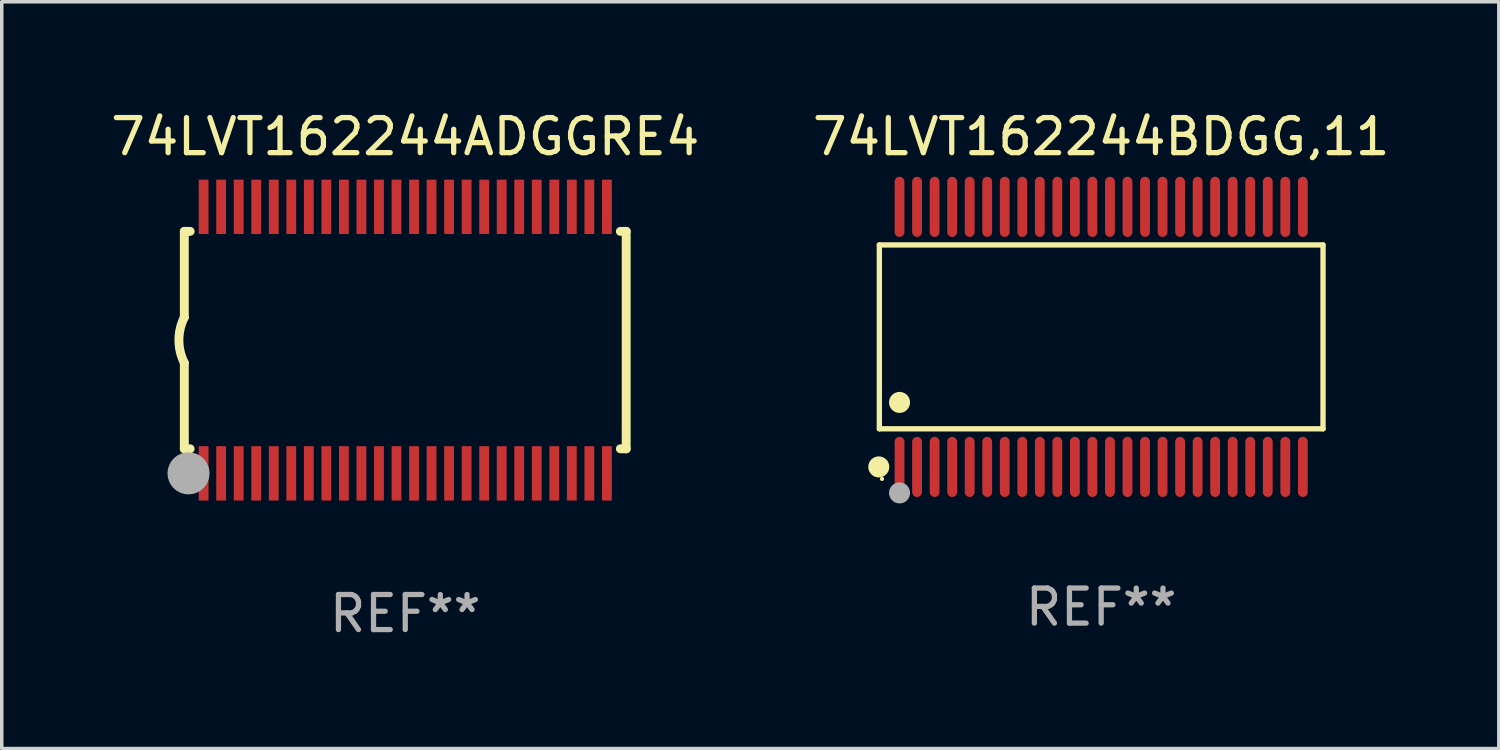
<source format=kicad_pcb>
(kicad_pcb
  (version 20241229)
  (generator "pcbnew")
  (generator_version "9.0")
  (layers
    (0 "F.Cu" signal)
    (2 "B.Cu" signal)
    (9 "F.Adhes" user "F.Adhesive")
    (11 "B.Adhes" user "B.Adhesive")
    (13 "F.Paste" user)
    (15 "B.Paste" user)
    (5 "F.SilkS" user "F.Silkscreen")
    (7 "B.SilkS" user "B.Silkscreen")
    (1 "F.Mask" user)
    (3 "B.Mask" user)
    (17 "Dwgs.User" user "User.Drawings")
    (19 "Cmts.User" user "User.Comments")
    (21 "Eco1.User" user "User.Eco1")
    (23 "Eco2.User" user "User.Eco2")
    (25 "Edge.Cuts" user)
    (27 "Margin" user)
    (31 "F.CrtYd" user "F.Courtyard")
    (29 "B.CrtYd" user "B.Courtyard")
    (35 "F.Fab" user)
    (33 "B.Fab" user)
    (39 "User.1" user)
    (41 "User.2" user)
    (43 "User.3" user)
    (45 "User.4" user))
  (footprint "74LVT162244BDGG,11"
    (layer "F.Cu")
    (at 28.351 6.556)
    (property "Reference" "74LVT162244BDGG,11" (at 0 -5.708 0) (layer "F.SilkS") (effects (font (size 1 1) (thickness 0.15))))
    (attr through_hole)
    (fp_line (start -6.326 -2.622) (end 6.326 -2.622) (stroke (width 0.152) (type solid)) (layer "F.SilkS"))
    (fp_line (start -6.326 2.621) (end -6.326 -2.622) (stroke (width 0.152) (type solid)) (layer "F.SilkS"))
    (fp_line (start 6.326 -2.622) (end 6.326 2.621) (stroke (width 0.152) (type solid)) (layer "F.SilkS"))
    (fp_line (start 6.326 2.621) (end -6.326 2.621) (stroke (width 0.152) (type solid)) (layer "F.SilkS"))
    (fp_circle (center -6.342 3.708) (end -6.192 3.708) (stroke (width 0.3) (type solid)) (fill no) (layer "F.SilkS"))
    (fp_circle (center -6.25 4.05) (end -6.22 4.05) (stroke (width 0.06) (type solid)) (fill no) (layer "F.SilkS"))
    (fp_circle (center -5.75 1.869) (end -5.6 1.869) (stroke (width 0.3) (type solid)) (fill no) (layer "F.SilkS"))
    (fp_circle (center -5.75 4.45) (end -5.6 4.45) (stroke (width 0.3) (type solid)) (fill no) (layer "F.Fab"))
    (fp_text user "REF**" (at 0 7.708 0) (layer "F.Fab") (effects (font (size 1 1) (thickness 0.15))))
    (pad "1" smd oval (at -5.75 3.708) (size 0.28 1.715) (layers "F.Cu" "F.Mask" "F.Paste"))
    (pad "2" smd oval (at -5.25 3.708) (size 0.28 1.715) (layers "F.Cu" "F.Mask" "F.Paste"))
    (pad "3" smd oval (at -4.75 3.708) (size 0.28 1.715) (layers "F.Cu" "F.Mask" "F.Paste"))
    (pad "4" smd oval (at -4.25 3.708) (size 0.28 1.715) (layers "F.Cu" "F.Mask" "F.Paste"))
    (pad "5" smd oval (at -3.75 3.708) (size 0.28 1.715) (layers "F.Cu" "F.Mask" "F.Paste"))
    (pad "6" smd oval (at -3.25 3.708) (size 0.28 1.715) (layers "F.Cu" "F.Mask" "F.Paste"))
    (pad "7" smd oval (at -2.75 3.708) (size 0.28 1.715) (layers "F.Cu" "F.Mask" "F.Paste"))
    (pad "8" smd oval (at -2.25 3.708) (size 0.28 1.715) (layers "F.Cu" "F.Mask" "F.Paste"))
    (pad "9" smd oval (at -1.75 3.708) (size 0.28 1.715) (layers "F.Cu" "F.Mask" "F.Paste"))
    (pad "10" smd oval (at -1.25 3.708) (size 0.28 1.715) (layers "F.Cu" "F.Mask" "F.Paste"))
    (pad "11" smd oval (at -0.75 3.708) (size 0.28 1.715) (layers "F.Cu" "F.Mask" "F.Paste"))
    (pad "12" smd oval (at -0.25 3.708) (size 0.28 1.715) (layers "F.Cu" "F.Mask" "F.Paste"))
    (pad "13" smd oval (at 0.25 3.708) (size 0.28 1.715) (layers "F.Cu" "F.Mask" "F.Paste"))
    (pad "14" smd oval (at 0.75 3.708) (size 0.28 1.715) (layers "F.Cu" "F.Mask" "F.Paste"))
    (pad "15" smd oval (at 1.25 3.708) (size 0.28 1.715) (layers "F.Cu" "F.Mask" "F.Paste"))
    (pad "16" smd oval (at 1.75 3.708) (size 0.28 1.715) (layers "F.Cu" "F.Mask" "F.Paste"))
    (pad "17" smd oval (at 2.25 3.708) (size 0.28 1.715) (layers "F.Cu" "F.Mask" "F.Paste"))
    (pad "18" smd oval (at 2.75 3.708) (size 0.28 1.715) (layers "F.Cu" "F.Mask" "F.Paste"))
    (pad "19" smd oval (at 3.25 3.708) (size 0.28 1.715) (layers "F.Cu" "F.Mask" "F.Paste"))
    (pad "20" smd oval (at 3.75 3.708) (size 0.28 1.715) (layers "F.Cu" "F.Mask" "F.Paste"))
    (pad "21" smd oval (at 4.25 3.708) (size 0.28 1.715) (layers "F.Cu" "F.Mask" "F.Paste"))
    (pad "22" smd oval (at 4.75 3.708) (size 0.28 1.715) (layers "F.Cu" "F.Mask" "F.Paste"))
    (pad "23" smd oval (at 5.25 3.708) (size 0.28 1.715) (layers "F.Cu" "F.Mask" "F.Paste"))
    (pad "24" smd oval (at 5.75 3.708) (size 0.28 1.715) (layers "F.Cu" "F.Mask" "F.Paste"))
    (pad "25" smd oval (at 5.75 -3.708) (size 0.28 1.715) (layers "F.Cu" "F.Mask" "F.Paste"))
    (pad "26" smd oval (at 5.25 -3.708) (size 0.28 1.715) (layers "F.Cu" "F.Mask" "F.Paste"))
    (pad "27" smd oval (at 4.75 -3.708) (size 0.28 1.715) (layers "F.Cu" "F.Mask" "F.Paste"))
    (pad "28" smd oval (at 4.25 -3.708) (size 0.28 1.715) (layers "F.Cu" "F.Mask" "F.Paste"))
    (pad "29" smd oval (at 3.75 -3.708) (size 0.28 1.715) (layers "F.Cu" "F.Mask" "F.Paste"))
    (pad "30" smd oval (at 3.25 -3.708) (size 0.28 1.715) (layers "F.Cu" "F.Mask" "F.Paste"))
    (pad "31" smd oval (at 2.75 -3.708) (size 0.28 1.715) (layers "F.Cu" "F.Mask" "F.Paste"))
    (pad "32" smd oval (at 2.25 -3.708) (size 0.28 1.715) (layers "F.Cu" "F.Mask" "F.Paste"))
    (pad "33" smd oval (at 1.75 -3.708) (size 0.28 1.715) (layers "F.Cu" "F.Mask" "F.Paste"))
    (pad "34" smd oval (at 1.25 -3.708) (size 0.28 1.715) (layers "F.Cu" "F.Mask" "F.Paste"))
    (pad "35" smd oval (at 0.75 -3.708) (size 0.28 1.715) (layers "F.Cu" "F.Mask" "F.Paste"))
    (pad "36" smd oval (at 0.25 -3.708) (size 0.28 1.715) (layers "F.Cu" "F.Mask" "F.Paste"))
    (pad "37" smd oval (at -0.25 -3.708) (size 0.28 1.715) (layers "F.Cu" "F.Mask" "F.Paste"))
    (pad "38" smd oval (at -0.75 -3.708) (size 0.28 1.715) (layers "F.Cu" "F.Mask" "F.Paste"))
    (pad "39" smd oval (at -1.25 -3.708) (size 0.28 1.715) (layers "F.Cu" "F.Mask" "F.Paste"))
    (pad "40" smd oval (at -1.75 -3.708) (size 0.28 1.715) (layers "F.Cu" "F.Mask" "F.Paste"))
    (pad "41" smd oval (at -2.25 -3.708) (size 0.28 1.715) (layers "F.Cu" "F.Mask" "F.Paste"))
    (pad "42" smd oval (at -2.75 -3.708) (size 0.28 1.715) (layers "F.Cu" "F.Mask" "F.Paste"))
    (pad "43" smd oval (at -3.25 -3.708) (size 0.28 1.715) (layers "F.Cu" "F.Mask" "F.Paste"))
    (pad "44" smd oval (at -3.75 -3.708) (size 0.28 1.715) (layers "F.Cu" "F.Mask" "F.Paste"))
    (pad "45" smd oval (at -4.25 -3.708) (size 0.28 1.715) (layers "F.Cu" "F.Mask" "F.Paste"))
    (pad "46" smd oval (at -4.75 -3.708) (size 0.28 1.715) (layers "F.Cu" "F.Mask" "F.Paste"))
    (pad "47" smd oval (at -5.25 -3.708) (size 0.28 1.715) (layers "F.Cu" "F.Mask" "F.Paste"))
    (pad "48" smd oval (at -5.75 -3.708) (size 0.28 1.715) (layers "F.Cu" "F.Mask" "F.Paste")))
  (footprint "74LVT162244ADGGRE4"
    (layer "F.Cu")
    (at 8.506 6.648)
    (property "Reference" "74LVT162244ADGGRE4" (at 0 -5.8 0) (layer "F.SilkS") (effects (font (size 1 1) (thickness 0.15))))
    (attr through_hole)
    (fp_line (start -6.3 -3.1) (end -6.3 -0.65) (stroke (width 0.254) (type solid)) (layer "F.SilkS"))
    (fp_line (start -6.3 -3.1) (end -6.134 -3.1) (stroke (width 0.254) (type solid)) (layer "F.SilkS"))
    (fp_line (start -6.3 3.1) (end -6.3 0.65) (stroke (width 0.254) (type solid)) (layer "F.SilkS"))
    (fp_line (start -6.3 3.1) (end -6.134 3.1) (stroke (width 0.254) (type solid)) (layer "F.SilkS"))
    (fp_line (start 6.134 -3.1) (end 6.3 -3.1) (stroke (width 0.254) (type solid)) (layer "F.SilkS"))
    (fp_line (start 6.134 3.1) (end 6.3 3.1) (stroke (width 0.254) (type solid)) (layer "F.SilkS"))
    (fp_line (start 6.3 -3.1) (end 6.3 3.1) (stroke (width 0.254) (type solid)) (layer "F.SilkS"))
    (fp_arc (start -6.301016 0.650114) (mid -6.45413 -0.000082) (end -6.3 -0.650038) (stroke (width 0.254001) (type solid)) (layer "F.SilkS"))
    (fp_circle (center -6.35 3.81) (end -6.223 3.81) (stroke (width 0.254) (type solid)) (fill no) (layer "F.SilkS"))
    (fp_circle (center -6.25 4.05) (end -6.22 4.05) (stroke (width 0.06) (type solid)) (fill no) (layer "F.SilkS"))
    (fp_circle (center -6.18 3.8) (end -5.88 3.8) (stroke (width 0.6) (type solid)) (fill no) (layer "F.Fab"))
    (fp_text user "REF**" (at 0 7.8 0) (layer "F.Fab") (effects (font (size 1 1) (thickness 0.15))))
    (pad "1" smd rect (at -5.75 3.8) (size 0.28 1.55) (layers "F.Cu" "F.Mask" "F.Paste"))
    (pad "2" smd rect (at -5.25 3.8) (size 0.28 1.55) (layers "F.Cu" "F.Mask" "F.Paste"))
    (pad "3" smd rect (at -4.75 3.8) (size 0.28 1.55) (layers "F.Cu" "F.Mask" "F.Paste"))
    (pad "4" smd rect (at -4.25 3.8) (size 0.28 1.55) (layers "F.Cu" "F.Mask" "F.Paste"))
    (pad "5" smd rect (at -3.75 3.8) (size 0.28 1.55) (layers "F.Cu" "F.Mask" "F.Paste"))
    (pad "6" smd rect (at -3.25 3.8) (size 0.28 1.55) (layers "F.Cu" "F.Mask" "F.Paste"))
    (pad "7" smd rect (at -2.75 3.8) (size 0.28 1.55) (layers "F.Cu" "F.Mask" "F.Paste"))
    (pad "8" smd rect (at -2.25 3.8) (size 0.28 1.55) (layers "F.Cu" "F.Mask" "F.Paste"))
    (pad "9" smd rect (at -1.75 3.8) (size 0.28 1.55) (layers "F.Cu" "F.Mask" "F.Paste"))
    (pad "10" smd rect (at -1.25 3.8) (size 0.28 1.55) (layers "F.Cu" "F.Mask" "F.Paste"))
    (pad "11" smd rect (at -0.75 3.8) (size 0.28 1.55) (layers "F.Cu" "F.Mask" "F.Paste"))
    (pad "12" smd rect (at -0.25 3.8) (size 0.28 1.55) (layers "F.Cu" "F.Mask" "F.Paste"))
    (pad "13" smd rect (at 0.25 3.8) (size 0.28 1.55) (layers "F.Cu" "F.Mask" "F.Paste"))
    (pad "14" smd rect (at 0.75 3.8) (size 0.28 1.55) (layers "F.Cu" "F.Mask" "F.Paste"))
    (pad "15" smd rect (at 1.25 3.8) (size 0.28 1.55) (layers "F.Cu" "F.Mask" "F.Paste"))
    (pad "16" smd rect (at 1.75 3.8) (size 0.28 1.55) (layers "F.Cu" "F.Mask" "F.Paste"))
    (pad "17" smd rect (at 2.25 3.8) (size 0.28 1.55) (layers "F.Cu" "F.Mask" "F.Paste"))
    (pad "18" smd rect (at 2.75 3.8) (size 0.28 1.55) (layers "F.Cu" "F.Mask" "F.Paste"))
    (pad "19" smd rect (at 3.25 3.8) (size 0.28 1.55) (layers "F.Cu" "F.Mask" "F.Paste"))
    (pad "20" smd rect (at 3.75 3.8) (size 0.28 1.55) (layers "F.Cu" "F.Mask" "F.Paste"))
    (pad "21" smd rect (at 4.25 3.8) (size 0.28 1.55) (layers "F.Cu" "F.Mask" "F.Paste"))
    (pad "22" smd rect (at 4.75 3.8) (size 0.28 1.55) (layers "F.Cu" "F.Mask" "F.Paste"))
    (pad "23" smd rect (at 5.25 3.8) (size 0.28 1.55) (layers "F.Cu" "F.Mask" "F.Paste"))
    (pad "24" smd rect (at 5.75 3.8) (size 0.28 1.55) (layers "F.Cu" "F.Mask" "F.Paste"))
    (pad "25" smd rect (at 5.75 -3.8) (size 0.28 1.55) (layers "F.Cu" "F.Mask" "F.Paste"))
    (pad "26" smd rect (at 5.25 -3.8) (size 0.28 1.55) (layers "F.Cu" "F.Mask" "F.Paste"))
    (pad "27" smd rect (at 4.75 -3.8) (size 0.28 1.55) (layers "F.Cu" "F.Mask" "F.Paste"))
    (pad "28" smd rect (at 4.25 -3.8) (size 0.28 1.55) (layers "F.Cu" "F.Mask" "F.Paste"))
    (pad "29" smd rect (at 3.75 -3.8) (size 0.28 1.55) (layers "F.Cu" "F.Mask" "F.Paste"))
    (pad "30" smd rect (at 3.25 -3.8) (size 0.28 1.55) (layers "F.Cu" "F.Mask" "F.Paste"))
    (pad "31" smd rect (at 2.75 -3.8) (size 0.28 1.55) (layers "F.Cu" "F.Mask" "F.Paste"))
    (pad "32" smd rect (at 2.25 -3.8) (size 0.28 1.55) (layers "F.Cu" "F.Mask" "F.Paste"))
    (pad "33" smd rect (at 1.75 -3.8) (size 0.28 1.55) (layers "F.Cu" "F.Mask" "F.Paste"))
    (pad "34" smd rect (at 1.25 -3.8) (size 0.28 1.55) (layers "F.Cu" "F.Mask" "F.Paste"))
    (pad "35" smd rect (at 0.75 -3.8) (size 0.28 1.55) (layers "F.Cu" "F.Mask" "F.Paste"))
    (pad "36" smd rect (at 0.25 -3.8) (size 0.28 1.55) (layers "F.Cu" "F.Mask" "F.Paste"))
    (pad "37" smd rect (at -0.25 -3.8) (size 0.28 1.55) (layers "F.Cu" "F.Mask" "F.Paste"))
    (pad "38" smd rect (at -0.75 -3.8) (size 0.28 1.55) (layers "F.Cu" "F.Mask" "F.Paste"))
    (pad "39" smd rect (at -1.25 -3.8) (size 0.28 1.55) (layers "F.Cu" "F.Mask" "F.Paste"))
    (pad "40" smd rect (at -1.75 -3.8) (size 0.28 1.55) (layers "F.Cu" "F.Mask" "F.Paste"))
    (pad "41" smd rect (at -2.25 -3.8) (size 0.28 1.55) (layers "F.Cu" "F.Mask" "F.Paste"))
    (pad "42" smd rect (at -2.75 -3.8) (size 0.28 1.55) (layers "F.Cu" "F.Mask" "F.Paste"))
    (pad "43" smd rect (at -3.25 -3.8) (size 0.28 1.55) (layers "F.Cu" "F.Mask" "F.Paste"))
    (pad "44" smd rect (at -3.75 -3.8) (size 0.28 1.55) (layers "F.Cu" "F.Mask" "F.Paste"))
    (pad "45" smd rect (at -4.25 -3.8) (size 0.28 1.55) (layers "F.Cu" "F.Mask" "F.Paste"))
    (pad "46" smd rect (at -4.75 -3.8) (size 0.28 1.55) (layers "F.Cu" "F.Mask" "F.Paste"))
    (pad "47" smd rect (at -5.25 -3.8) (size 0.28 1.55) (layers "F.Cu" "F.Mask" "F.Paste"))
    (pad "48" smd rect (at -5.75 -3.8) (size 0.28 1.55) (layers "F.Cu" "F.Mask" "F.Paste")))
  (gr_rect
    (start -3 -3)
    (end 39.69 18.296)
    (stroke (width 0.1) (type default))
    (fill no)
    (layer "Edge.Cuts")))
</source>
